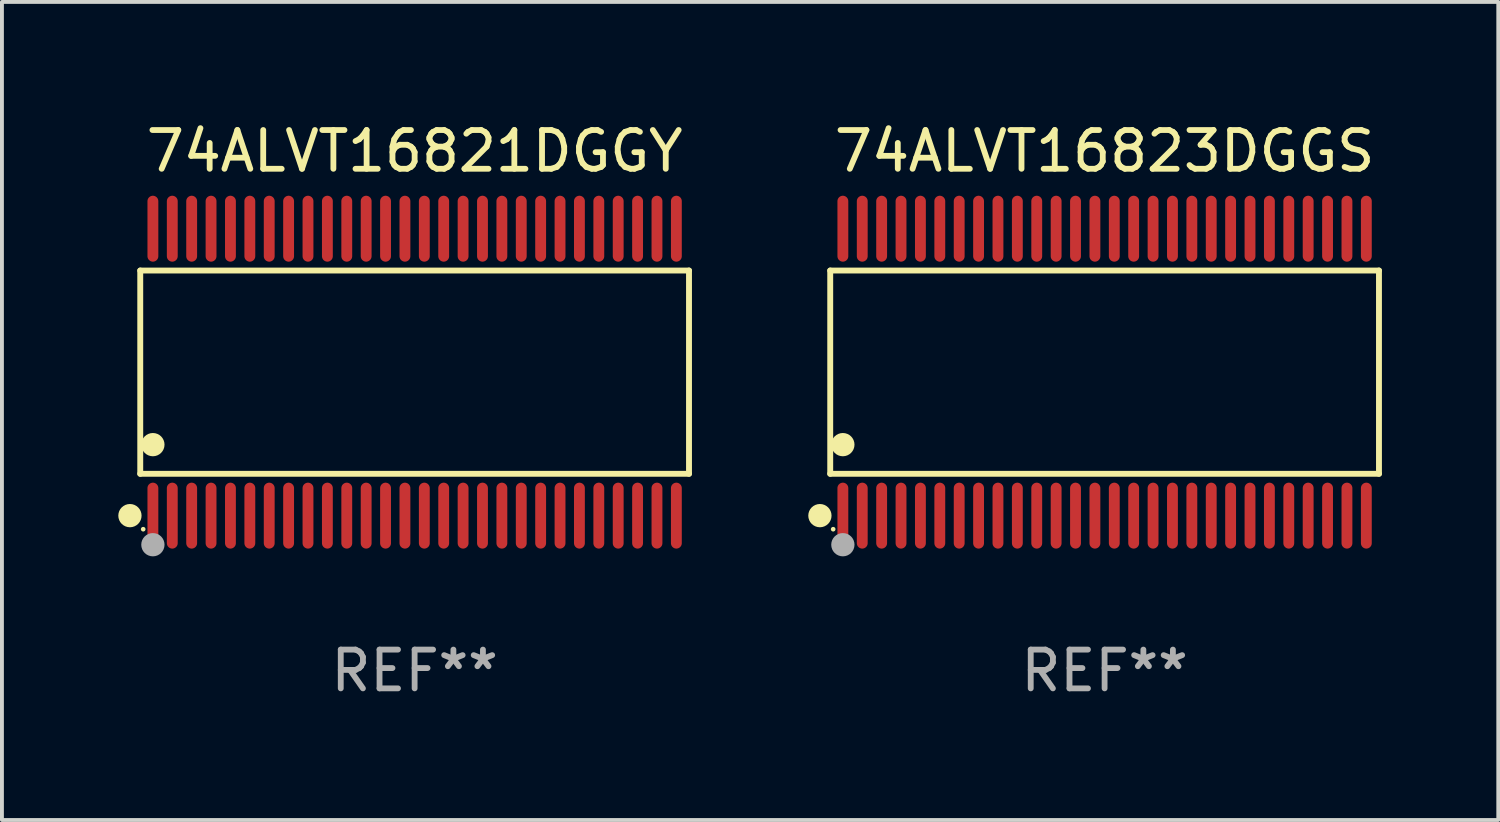
<source format=kicad_pcb>
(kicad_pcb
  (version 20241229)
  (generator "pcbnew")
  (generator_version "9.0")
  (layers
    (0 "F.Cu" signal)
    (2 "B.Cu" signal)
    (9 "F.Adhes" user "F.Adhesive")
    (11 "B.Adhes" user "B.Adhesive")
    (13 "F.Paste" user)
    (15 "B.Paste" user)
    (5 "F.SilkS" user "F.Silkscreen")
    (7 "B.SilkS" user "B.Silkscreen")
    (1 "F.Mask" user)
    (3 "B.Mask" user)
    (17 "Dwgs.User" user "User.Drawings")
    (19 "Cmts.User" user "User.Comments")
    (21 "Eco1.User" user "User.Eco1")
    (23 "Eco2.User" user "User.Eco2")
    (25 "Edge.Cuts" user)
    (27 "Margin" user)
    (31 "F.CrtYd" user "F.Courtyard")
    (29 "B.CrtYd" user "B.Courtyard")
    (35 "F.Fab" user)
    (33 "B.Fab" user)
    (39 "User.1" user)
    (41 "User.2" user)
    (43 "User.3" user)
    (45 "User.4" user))
  (footprint "74ALVT16823DGGS"
    (layer "F.Cu")
    (at 25.437 6.548)
    (property "Reference" "74ALVT16823DGGS" (at 0 -5.7 0) (layer "F.SilkS") (effects (font (size 1 1) (thickness 0.15))))
    (attr through_hole)
    (fp_line (start -7.076 -2.621) (end 7.076 -2.621) (stroke (width 0.152) (type solid)) (layer "F.SilkS"))
    (fp_line (start -7.076 2.621) (end -7.076 -2.621) (stroke (width 0.152) (type solid)) (layer "F.SilkS"))
    (fp_line (start 7.076 -2.621) (end 7.076 2.621) (stroke (width 0.152) (type solid)) (layer "F.SilkS"))
    (fp_line (start 7.076 2.621) (end -7.076 2.621) (stroke (width 0.152) (type solid)) (layer "F.SilkS"))
    (fp_circle (center -7.342 3.7) (end -7.192 3.7) (stroke (width 0.3) (type solid)) (fill no) (layer "F.SilkS"))
    (fp_circle (center -7 4.05) (end -6.97 4.05) (stroke (width 0.06) (type solid)) (fill no) (layer "F.SilkS"))
    (fp_circle (center -6.75 1.869) (end -6.6 1.869) (stroke (width 0.3) (type solid)) (fill no) (layer "F.SilkS"))
    (fp_circle (center -6.75 4.45) (end -6.6 4.45) (stroke (width 0.3) (type solid)) (fill no) (layer "F.Fab"))
    (fp_text user "REF**" (at 0 7.7 0) (layer "F.Fab") (effects (font (size 1 1) (thickness 0.15))))
    (pad "1" smd oval (at -6.75 3.7) (size 0.28 1.7) (layers "F.Cu" "F.Mask" "F.Paste"))
    (pad "2" smd oval (at -6.25 3.7) (size 0.28 1.7) (layers "F.Cu" "F.Mask" "F.Paste"))
    (pad "3" smd oval (at -5.75 3.7) (size 0.28 1.7) (layers "F.Cu" "F.Mask" "F.Paste"))
    (pad "4" smd oval (at -5.25 3.7) (size 0.28 1.7) (layers "F.Cu" "F.Mask" "F.Paste"))
    (pad "5" smd oval (at -4.75 3.7) (size 0.28 1.7) (layers "F.Cu" "F.Mask" "F.Paste"))
    (pad "6" smd oval (at -4.25 3.7) (size 0.28 1.7) (layers "F.Cu" "F.Mask" "F.Paste"))
    (pad "7" smd oval (at -3.75 3.7) (size 0.28 1.7) (layers "F.Cu" "F.Mask" "F.Paste"))
    (pad "8" smd oval (at -3.25 3.7) (size 0.28 1.7) (layers "F.Cu" "F.Mask" "F.Paste"))
    (pad "9" smd oval (at -2.75 3.7) (size 0.28 1.7) (layers "F.Cu" "F.Mask" "F.Paste"))
    (pad "10" smd oval (at -2.25 3.7) (size 0.28 1.7) (layers "F.Cu" "F.Mask" "F.Paste"))
    (pad "11" smd oval (at -1.75 3.7) (size 0.28 1.7) (layers "F.Cu" "F.Mask" "F.Paste"))
    (pad "12" smd oval (at -1.25 3.7) (size 0.28 1.7) (layers "F.Cu" "F.Mask" "F.Paste"))
    (pad "13" smd oval (at -0.75 3.7) (size 0.28 1.7) (layers "F.Cu" "F.Mask" "F.Paste"))
    (pad "14" smd oval (at -0.25 3.7) (size 0.28 1.7) (layers "F.Cu" "F.Mask" "F.Paste"))
    (pad "15" smd oval (at 0.25 3.7) (size 0.28 1.7) (layers "F.Cu" "F.Mask" "F.Paste"))
    (pad "16" smd oval (at 0.75 3.7) (size 0.28 1.7) (layers "F.Cu" "F.Mask" "F.Paste"))
    (pad "17" smd oval (at 1.25 3.7) (size 0.28 1.7) (layers "F.Cu" "F.Mask" "F.Paste"))
    (pad "18" smd oval (at 1.75 3.7) (size 0.28 1.7) (layers "F.Cu" "F.Mask" "F.Paste"))
    (pad "19" smd oval (at 2.25 3.7) (size 0.28 1.7) (layers "F.Cu" "F.Mask" "F.Paste"))
    (pad "20" smd oval (at 2.75 3.7) (size 0.28 1.7) (layers "F.Cu" "F.Mask" "F.Paste"))
    (pad "21" smd oval (at 3.25 3.7) (size 0.28 1.7) (layers "F.Cu" "F.Mask" "F.Paste"))
    (pad "22" smd oval (at 3.75 3.7) (size 0.28 1.7) (layers "F.Cu" "F.Mask" "F.Paste"))
    (pad "23" smd oval (at 4.25 3.7) (size 0.28 1.7) (layers "F.Cu" "F.Mask" "F.Paste"))
    (pad "24" smd oval (at 4.75 3.7) (size 0.28 1.7) (layers "F.Cu" "F.Mask" "F.Paste"))
    (pad "25" smd oval (at 5.25 3.7) (size 0.28 1.7) (layers "F.Cu" "F.Mask" "F.Paste"))
    (pad "26" smd oval (at 5.75 3.7) (size 0.28 1.7) (layers "F.Cu" "F.Mask" "F.Paste"))
    (pad "27" smd oval (at 6.25 3.7) (size 0.28 1.7) (layers "F.Cu" "F.Mask" "F.Paste"))
    (pad "28" smd oval (at 6.75 3.7) (size 0.28 1.7) (layers "F.Cu" "F.Mask" "F.Paste"))
    (pad "29" smd oval (at 6.75 -3.7) (size 0.28 1.7) (layers "F.Cu" "F.Mask" "F.Paste"))
    (pad "30" smd oval (at 6.25 -3.7) (size 0.28 1.7) (layers "F.Cu" "F.Mask" "F.Paste"))
    (pad "31" smd oval (at 5.75 -3.7) (size 0.28 1.7) (layers "F.Cu" "F.Mask" "F.Paste"))
    (pad "32" smd oval (at 5.25 -3.7) (size 0.28 1.7) (layers "F.Cu" "F.Mask" "F.Paste"))
    (pad "33" smd oval (at 4.75 -3.7) (size 0.28 1.7) (layers "F.Cu" "F.Mask" "F.Paste"))
    (pad "34" smd oval (at 4.25 -3.7) (size 0.28 1.7) (layers "F.Cu" "F.Mask" "F.Paste"))
    (pad "35" smd oval (at 3.75 -3.7) (size 0.28 1.7) (layers "F.Cu" "F.Mask" "F.Paste"))
    (pad "36" smd oval (at 3.25 -3.7) (size 0.28 1.7) (layers "F.Cu" "F.Mask" "F.Paste"))
    (pad "37" smd oval (at 2.75 -3.7) (size 0.28 1.7) (layers "F.Cu" "F.Mask" "F.Paste"))
    (pad "38" smd oval (at 2.25 -3.7) (size 0.28 1.7) (layers "F.Cu" "F.Mask" "F.Paste"))
    (pad "39" smd oval (at 1.75 -3.7) (size 0.28 1.7) (layers "F.Cu" "F.Mask" "F.Paste"))
    (pad "40" smd oval (at 1.25 -3.7) (size 0.28 1.7) (layers "F.Cu" "F.Mask" "F.Paste"))
    (pad "41" smd oval (at 0.75 -3.7) (size 0.28 1.7) (layers "F.Cu" "F.Mask" "F.Paste"))
    (pad "42" smd oval (at 0.25 -3.7) (size 0.28 1.7) (layers "F.Cu" "F.Mask" "F.Paste"))
    (pad "43" smd oval (at -0.25 -3.7) (size 0.28 1.7) (layers "F.Cu" "F.Mask" "F.Paste"))
    (pad "44" smd oval (at -0.75 -3.7) (size 0.28 1.7) (layers "F.Cu" "F.Mask" "F.Paste"))
    (pad "45" smd oval (at -1.25 -3.7) (size 0.28 1.7) (layers "F.Cu" "F.Mask" "F.Paste"))
    (pad "46" smd oval (at -1.75 -3.7) (size 0.28 1.7) (layers "F.Cu" "F.Mask" "F.Paste"))
    (pad "47" smd oval (at -2.25 -3.7) (size 0.28 1.7) (layers "F.Cu" "F.Mask" "F.Paste"))
    (pad "48" smd oval (at -2.75 -3.7) (size 0.28 1.7) (layers "F.Cu" "F.Mask" "F.Paste"))
    (pad "49" smd oval (at -3.25 -3.7) (size 0.28 1.7) (layers "F.Cu" "F.Mask" "F.Paste"))
    (pad "50" smd oval (at -3.75 -3.7) (size 0.28 1.7) (layers "F.Cu" "F.Mask" "F.Paste"))
    (pad "51" smd oval (at -4.25 -3.7) (size 0.28 1.7) (layers "F.Cu" "F.Mask" "F.Paste"))
    (pad "52" smd oval (at -4.75 -3.7) (size 0.28 1.7) (layers "F.Cu" "F.Mask" "F.Paste"))
    (pad "53" smd oval (at -5.25 -3.7) (size 0.28 1.7) (layers "F.Cu" "F.Mask" "F.Paste"))
    (pad "54" smd oval (at -5.75 -3.7) (size 0.28 1.7) (layers "F.Cu" "F.Mask" "F.Paste"))
    (pad "55" smd oval (at -6.25 -3.7) (size 0.28 1.7) (layers "F.Cu" "F.Mask" "F.Paste"))
    (pad "56" smd oval (at -6.75 -3.7) (size 0.28 1.7) (layers "F.Cu" "F.Mask" "F.Paste")))
  (footprint "74ALVT16821DGGY"
    (layer "F.Cu")
    (at 7.643 6.548)
    (property "Reference" "74ALVT16821DGGY" (at 0 -5.7 0) (layer "F.SilkS") (effects (font (size 1 1) (thickness 0.15))))
    (attr through_hole)
    (fp_line (start -7.076 -2.621) (end 7.076 -2.621) (stroke (width 0.152) (type solid)) (layer "F.SilkS"))
    (fp_line (start -7.076 2.621) (end -7.076 -2.621) (stroke (width 0.152) (type solid)) (layer "F.SilkS"))
    (fp_line (start 7.076 -2.621) (end 7.076 2.621) (stroke (width 0.152) (type solid)) (layer "F.SilkS"))
    (fp_line (start 7.076 2.621) (end -7.076 2.621) (stroke (width 0.152) (type solid)) (layer "F.SilkS"))
    (fp_circle (center -7.342 3.7) (end -7.192 3.7) (stroke (width 0.3) (type solid)) (fill no) (layer "F.SilkS"))
    (fp_circle (center -7 4.05) (end -6.97 4.05) (stroke (width 0.06) (type solid)) (fill no) (layer "F.SilkS"))
    (fp_circle (center -6.75 1.869) (end -6.6 1.869) (stroke (width 0.3) (type solid)) (fill no) (layer "F.SilkS"))
    (fp_circle (center -6.75 4.45) (end -6.6 4.45) (stroke (width 0.3) (type solid)) (fill no) (layer "F.Fab"))
    (fp_text user "REF**" (at 0 7.7 0) (layer "F.Fab") (effects (font (size 1 1) (thickness 0.15))))
    (pad "1" smd oval (at -6.75 3.7) (size 0.28 1.7) (layers "F.Cu" "F.Mask" "F.Paste"))
    (pad "2" smd oval (at -6.25 3.7) (size 0.28 1.7) (layers "F.Cu" "F.Mask" "F.Paste"))
    (pad "3" smd oval (at -5.75 3.7) (size 0.28 1.7) (layers "F.Cu" "F.Mask" "F.Paste"))
    (pad "4" smd oval (at -5.25 3.7) (size 0.28 1.7) (layers "F.Cu" "F.Mask" "F.Paste"))
    (pad "5" smd oval (at -4.75 3.7) (size 0.28 1.7) (layers "F.Cu" "F.Mask" "F.Paste"))
    (pad "6" smd oval (at -4.25 3.7) (size 0.28 1.7) (layers "F.Cu" "F.Mask" "F.Paste"))
    (pad "7" smd oval (at -3.75 3.7) (size 0.28 1.7) (layers "F.Cu" "F.Mask" "F.Paste"))
    (pad "8" smd oval (at -3.25 3.7) (size 0.28 1.7) (layers "F.Cu" "F.Mask" "F.Paste"))
    (pad "9" smd oval (at -2.75 3.7) (size 0.28 1.7) (layers "F.Cu" "F.Mask" "F.Paste"))
    (pad "10" smd oval (at -2.25 3.7) (size 0.28 1.7) (layers "F.Cu" "F.Mask" "F.Paste"))
    (pad "11" smd oval (at -1.75 3.7) (size 0.28 1.7) (layers "F.Cu" "F.Mask" "F.Paste"))
    (pad "12" smd oval (at -1.25 3.7) (size 0.28 1.7) (layers "F.Cu" "F.Mask" "F.Paste"))
    (pad "13" smd oval (at -0.75 3.7) (size 0.28 1.7) (layers "F.Cu" "F.Mask" "F.Paste"))
    (pad "14" smd oval (at -0.25 3.7) (size 0.28 1.7) (layers "F.Cu" "F.Mask" "F.Paste"))
    (pad "15" smd oval (at 0.25 3.7) (size 0.28 1.7) (layers "F.Cu" "F.Mask" "F.Paste"))
    (pad "16" smd oval (at 0.75 3.7) (size 0.28 1.7) (layers "F.Cu" "F.Mask" "F.Paste"))
    (pad "17" smd oval (at 1.25 3.7) (size 0.28 1.7) (layers "F.Cu" "F.Mask" "F.Paste"))
    (pad "18" smd oval (at 1.75 3.7) (size 0.28 1.7) (layers "F.Cu" "F.Mask" "F.Paste"))
    (pad "19" smd oval (at 2.25 3.7) (size 0.28 1.7) (layers "F.Cu" "F.Mask" "F.Paste"))
    (pad "20" smd oval (at 2.75 3.7) (size 0.28 1.7) (layers "F.Cu" "F.Mask" "F.Paste"))
    (pad "21" smd oval (at 3.25 3.7) (size 0.28 1.7) (layers "F.Cu" "F.Mask" "F.Paste"))
    (pad "22" smd oval (at 3.75 3.7) (size 0.28 1.7) (layers "F.Cu" "F.Mask" "F.Paste"))
    (pad "23" smd oval (at 4.25 3.7) (size 0.28 1.7) (layers "F.Cu" "F.Mask" "F.Paste"))
    (pad "24" smd oval (at 4.75 3.7) (size 0.28 1.7) (layers "F.Cu" "F.Mask" "F.Paste"))
    (pad "25" smd oval (at 5.25 3.7) (size 0.28 1.7) (layers "F.Cu" "F.Mask" "F.Paste"))
    (pad "26" smd oval (at 5.75 3.7) (size 0.28 1.7) (layers "F.Cu" "F.Mask" "F.Paste"))
    (pad "27" smd oval (at 6.25 3.7) (size 0.28 1.7) (layers "F.Cu" "F.Mask" "F.Paste"))
    (pad "28" smd oval (at 6.75 3.7) (size 0.28 1.7) (layers "F.Cu" "F.Mask" "F.Paste"))
    (pad "29" smd oval (at 6.75 -3.7) (size 0.28 1.7) (layers "F.Cu" "F.Mask" "F.Paste"))
    (pad "30" smd oval (at 6.25 -3.7) (size 0.28 1.7) (layers "F.Cu" "F.Mask" "F.Paste"))
    (pad "31" smd oval (at 5.75 -3.7) (size 0.28 1.7) (layers "F.Cu" "F.Mask" "F.Paste"))
    (pad "32" smd oval (at 5.25 -3.7) (size 0.28 1.7) (layers "F.Cu" "F.Mask" "F.Paste"))
    (pad "33" smd oval (at 4.75 -3.7) (size 0.28 1.7) (layers "F.Cu" "F.Mask" "F.Paste"))
    (pad "34" smd oval (at 4.25 -3.7) (size 0.28 1.7) (layers "F.Cu" "F.Mask" "F.Paste"))
    (pad "35" smd oval (at 3.75 -3.7) (size 0.28 1.7) (layers "F.Cu" "F.Mask" "F.Paste"))
    (pad "36" smd oval (at 3.25 -3.7) (size 0.28 1.7) (layers "F.Cu" "F.Mask" "F.Paste"))
    (pad "37" smd oval (at 2.75 -3.7) (size 0.28 1.7) (layers "F.Cu" "F.Mask" "F.Paste"))
    (pad "38" smd oval (at 2.25 -3.7) (size 0.28 1.7) (layers "F.Cu" "F.Mask" "F.Paste"))
    (pad "39" smd oval (at 1.75 -3.7) (size 0.28 1.7) (layers "F.Cu" "F.Mask" "F.Paste"))
    (pad "40" smd oval (at 1.25 -3.7) (size 0.28 1.7) (layers "F.Cu" "F.Mask" "F.Paste"))
    (pad "41" smd oval (at 0.75 -3.7) (size 0.28 1.7) (layers "F.Cu" "F.Mask" "F.Paste"))
    (pad "42" smd oval (at 0.25 -3.7) (size 0.28 1.7) (layers "F.Cu" "F.Mask" "F.Paste"))
    (pad "43" smd oval (at -0.25 -3.7) (size 0.28 1.7) (layers "F.Cu" "F.Mask" "F.Paste"))
    (pad "44" smd oval (at -0.75 -3.7) (size 0.28 1.7) (layers "F.Cu" "F.Mask" "F.Paste"))
    (pad "45" smd oval (at -1.25 -3.7) (size 0.28 1.7) (layers "F.Cu" "F.Mask" "F.Paste"))
    (pad "46" smd oval (at -1.75 -3.7) (size 0.28 1.7) (layers "F.Cu" "F.Mask" "F.Paste"))
    (pad "47" smd oval (at -2.25 -3.7) (size 0.28 1.7) (layers "F.Cu" "F.Mask" "F.Paste"))
    (pad "48" smd oval (at -2.75 -3.7) (size 0.28 1.7) (layers "F.Cu" "F.Mask" "F.Paste"))
    (pad "49" smd oval (at -3.25 -3.7) (size 0.28 1.7) (layers "F.Cu" "F.Mask" "F.Paste"))
    (pad "50" smd oval (at -3.75 -3.7) (size 0.28 1.7) (layers "F.Cu" "F.Mask" "F.Paste"))
    (pad "51" smd oval (at -4.25 -3.7) (size 0.28 1.7) (layers "F.Cu" "F.Mask" "F.Paste"))
    (pad "52" smd oval (at -4.75 -3.7) (size 0.28 1.7) (layers "F.Cu" "F.Mask" "F.Paste"))
    (pad "53" smd oval (at -5.25 -3.7) (size 0.28 1.7) (layers "F.Cu" "F.Mask" "F.Paste"))
    (pad "54" smd oval (at -5.75 -3.7) (size 0.28 1.7) (layers "F.Cu" "F.Mask" "F.Paste"))
    (pad "55" smd oval (at -6.25 -3.7) (size 0.28 1.7) (layers "F.Cu" "F.Mask" "F.Paste"))
    (pad "56" smd oval (at -6.75 -3.7) (size 0.28 1.7) (layers "F.Cu" "F.Mask" "F.Paste")))
  (gr_rect
    (start -3 -3)
    (end 35.59 18.097)
    (stroke (width 0.1) (type default))
    (fill no)
    (layer "Edge.Cuts")))
</source>
